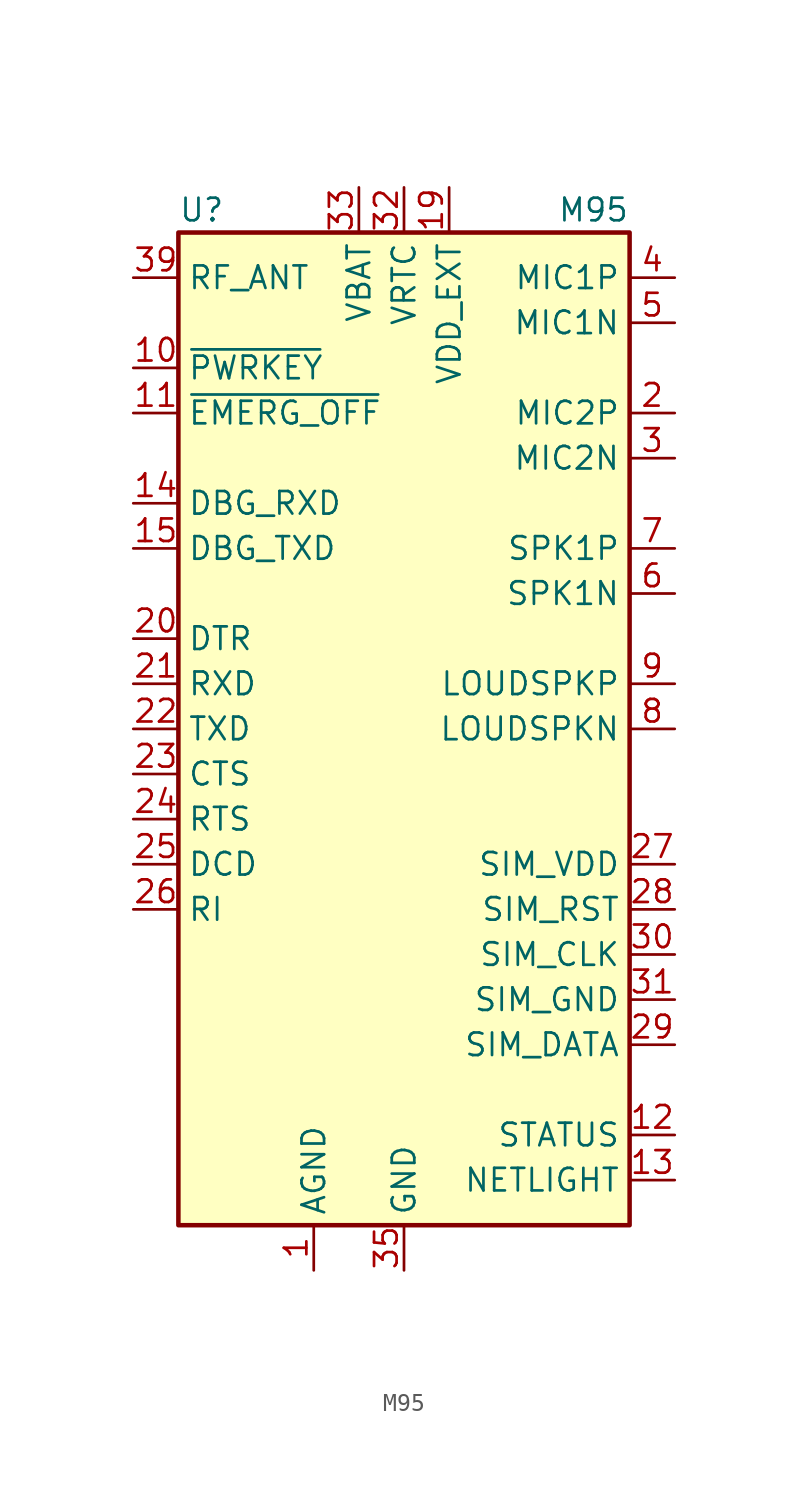
<source format=kicad_sym>
(kicad_symbol_lib
  (version 20201005)
  (generator kicad_symbol_editor)
  (symbol "M95"
    (property "Reference" "U"
      (at -12.7 29.21 0)
      (effects (font (size 1.27 1.27)) (justify left)))
    (property "Value" "M95"
      (at 12.7 29.21 0)
      (effects (font (size 1.27 1.27)) (justify right)))
    (symbol "M95_0_1"
      (rectangle (start -12.7 27.94) (end 12.7 -27.94) (stroke (width 0.254)) (fill (type background))))
    (symbol "M95_1_1"
      (pin power_in line (at -5.08 -30.48 90) (length 2.54) (name "AGND" (effects (font (size 1.27 1.27)))) (number "1" (effects (font (size 1.27 1.27)))))
      (pin input line (at -15.24 20.32 0) (length 2.54) (name "~PWRKEY" (effects (font (size 1.27 1.27)))) (number "10" (effects (font (size 1.27 1.27)))))
      (pin input line (at -15.24 17.78 0) (length 2.54) (name "~EMERG_OFF" (effects (font (size 1.27 1.27)))) (number "11" (effects (font (size 1.27 1.27)))))
      (pin output line (at 15.24 -22.86 180) (length 2.54) (name "STATUS" (effects (font (size 1.27 1.27)))) (number "12" (effects (font (size 1.27 1.27)))))
      (pin output line (at 15.24 -25.4 180) (length 2.54) (name "NETLIGHT" (effects (font (size 1.27 1.27)))) (number "13" (effects (font (size 1.27 1.27)))))
      (pin input line (at -15.24 12.7 0) (length 2.54) (name "DBG_RXD" (effects (font (size 1.27 1.27)))) (number "14" (effects (font (size 1.27 1.27)))))
      (pin output line (at -15.24 10.16 0) (length 2.54) (name "DBG_TXD" (effects (font (size 1.27 1.27)))) (number "15" (effects (font (size 1.27 1.27)))))
      (pin no_connect line (at -12.7 -12.7 0) (length 2.54) hide (name "RESERVED" (effects (font (size 1.27 1.27)))) (number "16" (effects (font (size 1.27 1.27)))))
      (pin no_connect line (at -12.7 -15.24 0) (length 2.54) hide (name "RESERVED" (effects (font (size 1.27 1.27)))) (number "17" (effects (font (size 1.27 1.27)))))
      (pin no_connect line (at -12.7 -17.78 0) (length 2.54) hide (name "RESERVED" (effects (font (size 1.27 1.27)))) (number "18" (effects (font (size 1.27 1.27)))))
      (pin power_out line (at 2.54 30.48 270) (length 2.54) (name "VDD_EXT" (effects (font (size 1.27 1.27)))) (number "19" (effects (font (size 1.27 1.27)))))
      (pin input line (at 15.24 17.78 180) (length 2.54) (name "MIC2P" (effects (font (size 1.27 1.27)))) (number "2" (effects (font (size 1.27 1.27)))))
      (pin input line (at -15.24 5.08 0) (length 2.54) (name "DTR" (effects (font (size 1.27 1.27)))) (number "20" (effects (font (size 1.27 1.27)))))
      (pin input line (at -15.24 2.54 0) (length 2.54) (name "RXD" (effects (font (size 1.27 1.27)))) (number "21" (effects (font (size 1.27 1.27)))))
      (pin output line (at -15.24 0 0) (length 2.54) (name "TXD" (effects (font (size 1.27 1.27)))) (number "22" (effects (font (size 1.27 1.27)))))
      (pin output line (at -15.24 -2.54 0) (length 2.54) (name "CTS" (effects (font (size 1.27 1.27)))) (number "23" (effects (font (size 1.27 1.27)))))
      (pin input line (at -15.24 -5.08 0) (length 2.54) (name "RTS" (effects (font (size 1.27 1.27)))) (number "24" (effects (font (size 1.27 1.27)))))
      (pin output line (at -15.24 -7.62 0) (length 2.54) (name "DCD" (effects (font (size 1.27 1.27)))) (number "25" (effects (font (size 1.27 1.27)))))
      (pin output line (at -15.24 -10.16 0) (length 2.54) (name "RI" (effects (font (size 1.27 1.27)))) (number "26" (effects (font (size 1.27 1.27)))))
      (pin power_out line (at 15.24 -7.62 180) (length 2.54) (name "SIM_VDD" (effects (font (size 1.27 1.27)))) (number "27" (effects (font (size 1.27 1.27)))))
      (pin output line (at 15.24 -10.16 180) (length 2.54) (name "SIM_RST" (effects (font (size 1.27 1.27)))) (number "28" (effects (font (size 1.27 1.27)))))
      (pin bidirectional line (at 15.24 -17.78 180) (length 2.54) (name "SIM_DATA" (effects (font (size 1.27 1.27)))) (number "29" (effects (font (size 1.27 1.27)))))
      (pin input line (at 15.24 15.24 180) (length 2.54) (name "MIC2N" (effects (font (size 1.27 1.27)))) (number "3" (effects (font (size 1.27 1.27)))))
      (pin output line (at 15.24 -12.7 180) (length 2.54) (name "SIM_CLK" (effects (font (size 1.27 1.27)))) (number "30" (effects (font (size 1.27 1.27)))))
      (pin power_out line (at 15.24 -15.24 180) (length 2.54) (name "SIM_GND" (effects (font (size 1.27 1.27)))) (number "31" (effects (font (size 1.27 1.27)))))
      (pin power_in line (at 0 30.48 270) (length 2.54) (name "VRTC" (effects (font (size 1.27 1.27)))) (number "32" (effects (font (size 1.27 1.27)))))
      (pin power_in line (at -2.54 30.48 270) (length 2.54) (name "VBAT" (effects (font (size 1.27 1.27)))) (number "33" (effects (font (size 1.27 1.27)))))
      (pin passive line (at -2.54 30.48 270) (length 2.54) hide (name "VBAT" (effects (font (size 1.27 1.27)))) (number "34" (effects (font (size 1.27 1.27)))))
      (pin power_in line (at 0 -30.48 90) (length 2.54) (name "GND" (effects (font (size 1.27 1.27)))) (number "35" (effects (font (size 1.27 1.27)))))
      (pin passive line (at 0 -30.48 90) (length 2.54) hide (name "GND" (effects (font (size 1.27 1.27)))) (number "36" (effects (font (size 1.27 1.27)))))
      (pin passive line (at 0 -30.48 90) (length 2.54) hide (name "GND" (effects (font (size 1.27 1.27)))) (number "37" (effects (font (size 1.27 1.27)))))
      (pin passive line (at 0 -30.48 90) (length 2.54) hide (name "GND" (effects (font (size 1.27 1.27)))) (number "38" (effects (font (size 1.27 1.27)))))
      (pin passive line (at -15.24 25.4 0) (length 2.54) (name "RF_ANT" (effects (font (size 1.27 1.27)))) (number "39" (effects (font (size 1.27 1.27)))))
      (pin input line (at 15.24 25.4 180) (length 2.54) (name "MIC1P" (effects (font (size 1.27 1.27)))) (number "4" (effects (font (size 1.27 1.27)))))
      (pin passive line (at 0 -30.48 90) (length 2.54) hide (name "GND" (effects (font (size 1.27 1.27)))) (number "40" (effects (font (size 1.27 1.27)))))
      (pin no_connect line (at -12.7 -20.32 0) (length 2.54) hide (name "RESERVED" (effects (font (size 1.27 1.27)))) (number "41" (effects (font (size 1.27 1.27)))))
      (pin no_connect line (at -12.7 -22.86 0) (length 2.54) hide (name "RESERVED" (effects (font (size 1.27 1.27)))) (number "42" (effects (font (size 1.27 1.27)))))
      (pin input line (at 15.24 22.86 180) (length 2.54) (name "MIC1N" (effects (font (size 1.27 1.27)))) (number "5" (effects (font (size 1.27 1.27)))))
      (pin output line (at 15.24 7.62 180) (length 2.54) (name "SPK1N" (effects (font (size 1.27 1.27)))) (number "6" (effects (font (size 1.27 1.27)))))
      (pin output line (at 15.24 10.16 180) (length 2.54) (name "SPK1P" (effects (font (size 1.27 1.27)))) (number "7" (effects (font (size 1.27 1.27)))))
      (pin output line (at 15.24 0 180) (length 2.54) (name "LOUDSPKN" (effects (font (size 1.27 1.27)))) (number "8" (effects (font (size 1.27 1.27)))))
      (pin output line (at 15.24 2.54 180) (length 2.54) (name "LOUDSPKP" (effects (font (size 1.27 1.27)))) (number "9" (effects (font (size 1.27 1.27))))))))
</source>
